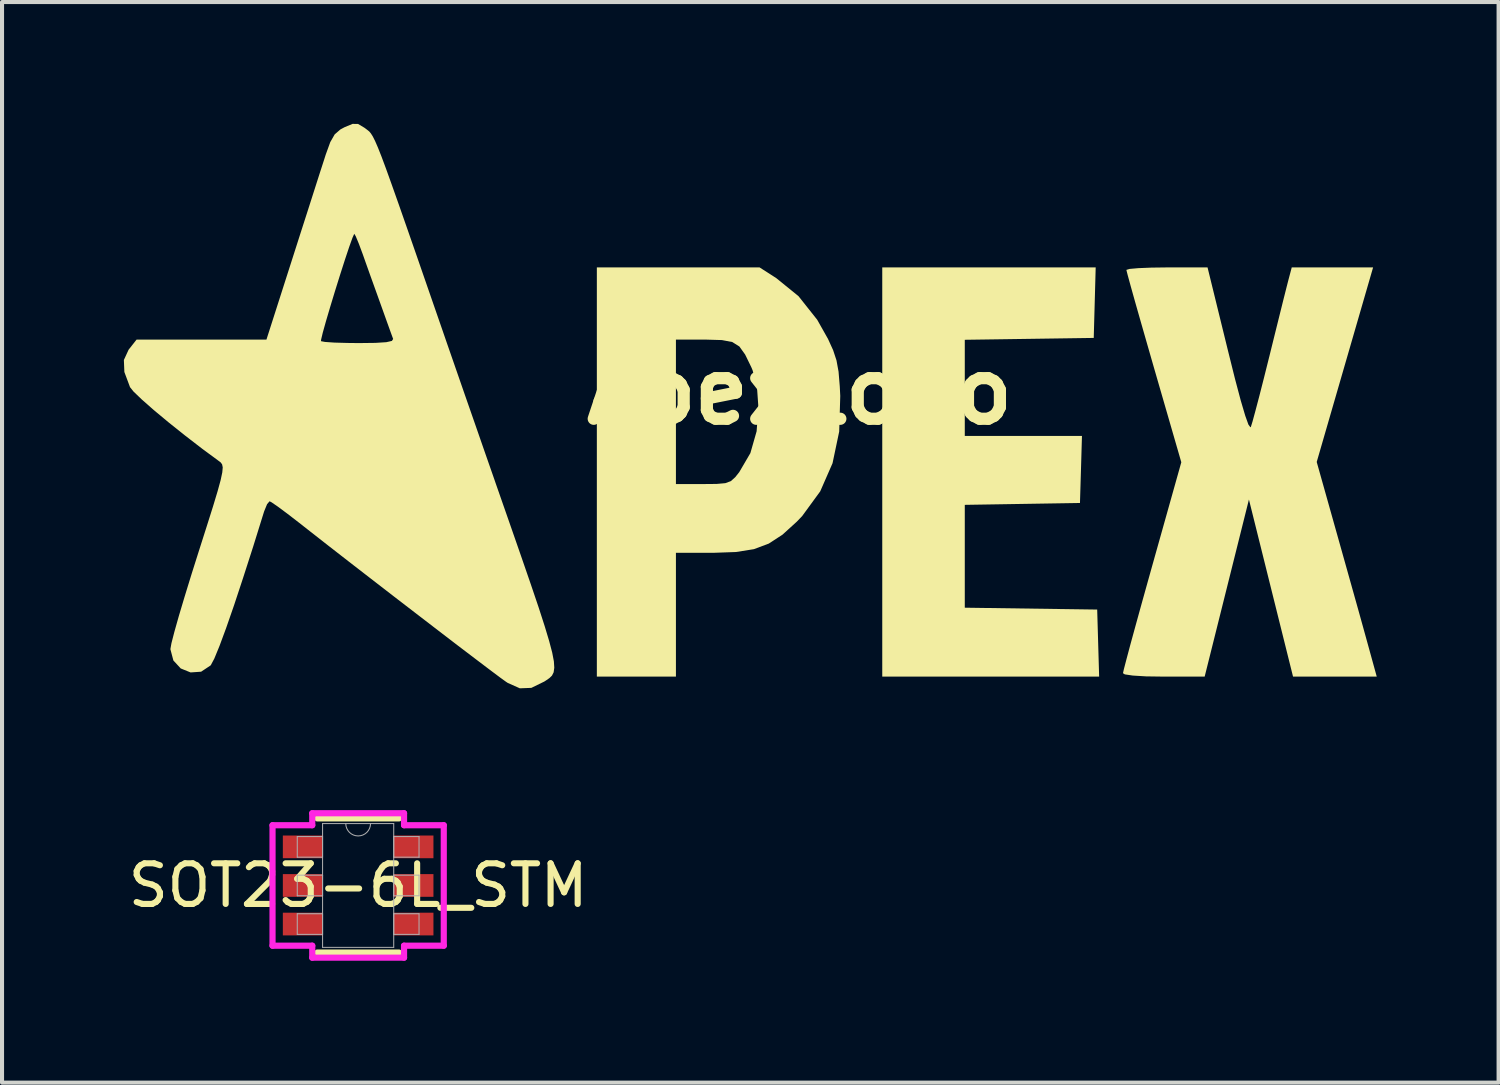
<source format=kicad_pcb>
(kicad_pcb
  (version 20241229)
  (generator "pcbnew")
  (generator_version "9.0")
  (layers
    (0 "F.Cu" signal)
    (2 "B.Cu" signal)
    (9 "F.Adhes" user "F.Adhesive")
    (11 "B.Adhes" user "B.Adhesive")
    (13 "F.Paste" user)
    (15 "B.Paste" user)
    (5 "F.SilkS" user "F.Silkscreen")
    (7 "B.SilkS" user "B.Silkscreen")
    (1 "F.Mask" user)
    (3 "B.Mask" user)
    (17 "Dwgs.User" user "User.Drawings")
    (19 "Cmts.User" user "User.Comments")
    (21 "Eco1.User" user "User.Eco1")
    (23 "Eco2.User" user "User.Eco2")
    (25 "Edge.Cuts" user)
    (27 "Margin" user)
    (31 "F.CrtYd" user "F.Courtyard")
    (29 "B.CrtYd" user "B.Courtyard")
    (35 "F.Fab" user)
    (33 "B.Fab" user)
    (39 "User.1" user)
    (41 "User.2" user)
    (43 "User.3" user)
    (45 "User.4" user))
  (footprint "ApexLogo"
    (layer "F.Cu")
    (at 16.64 6.582)
    (property "Reference" "ApexLogo" (at 0 0 0) (layer "F.SilkS") (effects (font (size 1.5 1.5) (thickness 0.3))))
    (attr board_only exclude_from_pos_files exclude_from_bom)
    (fp_poly (pts (xy 7.263 -2.18) (xy 7.239 -1.312) (xy 5.652 -1.289) (xy 4.064 -1.266) (xy 4.064 -0.083) (xy 4.064 1.101) (xy 5.506 1.101) (xy 6.949 1.101) (xy 6.925 1.926) (xy 6.9 2.752) (xy 5.482 2.775) (xy 4.064 2.798) (xy 4.064 4.064) (xy 4.064 5.33) (xy 5.694 5.353) (xy 7.324 5.376) (xy 7.348 6.202) (xy 7.372 7.027) (xy 4.702 7.027) (xy 2.032 7.027) (xy 2.032 1.99) (xy 2.032 -3.048) (xy 4.66 -3.048) (xy 7.287 -3.048)) (stroke (width 0) (type solid)) (fill yes) (layer "F.SilkS"))
    (fp_poly (pts (xy -0.577 -2.784) (xy -0.03 -2.34) (xy 0.43 -1.76) (xy 0.697 -1.286) (xy 0.823 -1.009) (xy 0.905 -0.76) (xy 0.956 -0.482) (xy 0.986 -0.119) (xy 0.998 0.117) (xy 0.972 0.993) (xy 0.808 1.773) (xy 0.505 2.465) (xy 0.061 3.073) (xy -0.071 3.211) (xy -0.424 3.532) (xy -0.762 3.752) (xy -1.128 3.889) (xy -1.568 3.959) (xy -2.128 3.979) (xy -2.143 3.979) (xy -3.048 3.979) (xy -3.048 5.503) (xy -3.048 7.027) (xy -4.022 7.027) (xy -4.995 7.027) (xy -4.995 1.99) (xy -4.995 0.508) (xy -3.048 0.508) (xy -3.048 2.286) (xy -2.381 2.286) (xy -2.045 2.283) (xy -1.833 2.264) (xy -1.696 2.214) (xy -1.588 2.117) (xy -1.488 1.991) (xy -1.215 1.524) (xy -1.061 0.986) (xy -1.018 0.392) (xy -1.053 -0.113) (xy -1.16 -0.515) (xy -1.192 -0.591) (xy -1.344 -0.903) (xy -1.486 -1.101) (xy -1.662 -1.211) (xy -1.916 -1.259) (xy -2.29 -1.27) (xy -2.341 -1.27) (xy -3.048 -1.27) (xy -3.048 0.508) (xy -4.995 0.508) (xy -4.995 -3.048) (xy -2.992 -3.048) (xy -0.988 -3.048)) (stroke (width 0) (type solid)) (fill yes) (layer "F.SilkS"))
    (fp_poly (pts (xy 10.542 -1.007) (xy 10.716 -0.308) (xy 10.858 0.227) (xy 10.969 0.603) (xy 11.048 0.823) (xy 11.097 0.889) (xy 11.108 0.877) (xy 11.148 0.748) (xy 11.22 0.483) (xy 11.318 0.111) (xy 11.433 -0.34) (xy 11.558 -0.84) (xy 11.56 -0.847) (xy 11.687 -1.361) (xy 11.806 -1.84) (xy 11.908 -2.25) (xy 11.986 -2.559) (xy 12.03 -2.731) (xy 12.114 -3.048) (xy 13.115 -3.048) (xy 14.117 -3.048) (xy 13.423 -0.653) (xy 12.729 1.742) (xy 13.264 3.644) (xy 13.431 4.238) (xy 13.596 4.826) (xy 13.749 5.371) (xy 13.879 5.839) (xy 13.977 6.193) (xy 14.003 6.287) (xy 14.207 7.027) (xy 13.177 7.027) (xy 12.146 7.027) (xy 11.603 4.847) (xy 11.06 2.667) (xy 10.515 4.847) (xy 9.97 7.027) (xy 8.964 7.027) (xy 8.527 7.021) (xy 8.2 7.001) (xy 8.005 6.972) (xy 7.959 6.943) (xy 7.981 6.844) (xy 8.044 6.602) (xy 8.141 6.238) (xy 8.269 5.771) (xy 8.42 5.224) (xy 8.59 4.615) (xy 8.677 4.304) (xy 9.395 1.749) (xy 8.719 -0.588) (xy 8.546 -1.19) (xy 8.389 -1.738) (xy 8.254 -2.212) (xy 8.148 -2.591) (xy 8.076 -2.854) (xy 8.044 -2.98) (xy 8.043 -2.987) (xy 8.122 -3.011) (xy 8.338 -3.03) (xy 8.657 -3.043) (xy 9.042 -3.048) (xy 10.041 -3.048)) (stroke (width 0) (type solid)) (fill yes) (layer "F.SilkS"))
    (fp_poly (pts (xy -10.874 -6.58) (xy -10.718 -6.487) (xy -10.688 -6.465) (xy -10.642 -6.43) (xy -10.599 -6.395) (xy -10.557 -6.345) (xy -10.51 -6.27) (xy -10.454 -6.158) (xy -10.384 -5.997) (xy -10.296 -5.774) (xy -10.186 -5.479) (xy -10.049 -5.098) (xy -9.88 -4.621) (xy -9.675 -4.035) (xy -9.429 -3.328) (xy -9.138 -2.488) (xy -8.797 -1.504) (xy -8.687 -1.185) (xy -8.485 -0.604) (xy -8.247 0.082) (xy -7.991 0.816) (xy -7.738 1.544) (xy -7.506 2.208) (xy -7.494 2.244) (xy -7.153 3.22) (xy -6.864 4.05) (xy -6.624 4.745) (xy -6.43 5.318) (xy -6.28 5.782) (xy -6.169 6.151) (xy -6.094 6.436) (xy -6.053 6.651) (xy -6.043 6.808) (xy -6.059 6.921) (xy -6.099 7.001) (xy -6.161 7.062) (xy -6.24 7.117) (xy -6.288 7.148) (xy -6.607 7.304) (xy -6.891 7.315) (xy -7.189 7.182) (xy -7.233 7.153) (xy -7.377 7.049) (xy -7.636 6.855) (xy -7.991 6.586) (xy -8.424 6.257) (xy -8.916 5.88) (xy -9.447 5.472) (xy -10 5.047) (xy -10.555 4.618) (xy -11.094 4.201) (xy -11.598 3.809) (xy -12.048 3.457) (xy -12.319 3.244) (xy -12.608 3.021) (xy -12.847 2.843) (xy -13.006 2.734) (xy -13.053 2.71) (xy -13.114 2.781) (xy -13.186 2.957) (xy -13.195 2.985) (xy -13.458 3.83) (xy -13.704 4.594) (xy -13.926 5.266) (xy -14.122 5.83) (xy -14.286 6.273) (xy -14.413 6.582) (xy -14.499 6.744) (xy -14.506 6.752) (xy -14.738 6.906) (xy -14.998 6.924) (xy -15.24 6.826) (xy -15.421 6.63) (xy -15.494 6.355) (xy -15.494 6.345) (xy -15.469 6.205) (xy -15.398 5.929) (xy -15.288 5.539) (xy -15.145 5.06) (xy -14.978 4.517) (xy -14.809 3.982) (xy -14.604 3.339) (xy -14.446 2.839) (xy -14.332 2.461) (xy -14.257 2.187) (xy -14.217 1.998) (xy -14.206 1.875) (xy -14.222 1.8) (xy -14.258 1.752) (xy -14.28 1.735) (xy -14.706 1.421) (xy -15.134 1.091) (xy -15.542 0.765) (xy -15.905 0.463) (xy -16.2 0.203) (xy -16.404 0.007) (xy -16.489 -0.1) (xy -16.628 -0.473) (xy -16.64 -0.769) (xy -16.524 -1.021) (xy -16.51 -1.039) (xy -16.358 -1.232) (xy -11.787 -1.232) (xy -11.688 -1.213) (xy -11.457 -1.197) (xy -11.132 -1.188) (xy -10.856 -1.185) (xy -10.444 -1.19) (xy -10.179 -1.207) (xy -10.041 -1.238) (xy -10.01 -1.287) (xy -10.012 -1.291) (xy -10.068 -1.444) (xy -10.166 -1.716) (xy -10.292 -2.068) (xy -10.432 -2.458) (xy -10.572 -2.847) (xy -10.696 -3.195) (xy -10.757 -3.368) (xy -10.855 -3.631) (xy -10.931 -3.814) (xy -10.968 -3.876) (xy -10.968 -3.876) (xy -11.012 -3.777) (xy -11.092 -3.554) (xy -11.197 -3.239) (xy -11.317 -2.865) (xy -11.442 -2.465) (xy -11.561 -2.073) (xy -11.665 -1.721) (xy -11.743 -1.442) (xy -11.784 -1.27) (xy -11.787 -1.232) (xy -16.358 -1.232) (xy -16.328 -1.27) (xy -14.729 -1.27) (xy -13.13 -1.27) (xy -12.486 -3.281) (xy -12.298 -3.869) (xy -12.116 -4.435) (xy -11.952 -4.948) (xy -11.814 -5.379) (xy -11.711 -5.697) (xy -11.67 -5.826) (xy -11.558 -6.134) (xy -11.449 -6.324) (xy -11.309 -6.445) (xy -11.209 -6.499) (xy -11.009 -6.582)) (stroke (width 0) (type solid)) (fill yes) (layer "F.SilkS")))
  (footprint "SOT23-6L_STM"
    (layer "F.Cu")
    (at 5.768 18.751)
    (property "Reference" "SOT23-6L_STM" (at 0 0 0) (unlocked yes) (layer "F.SilkS") (effects (font (size 1 1) (thickness 0.15))))
    (attr smd)
    (fp_line (start -1.003 1.651) (end 1.003 1.651) (stroke (width 0.152) (type solid)) (layer "F.SilkS"))
    (fp_line (start 1.003 -1.651) (end -1.003 -1.651) (stroke (width 0.152) (type solid)) (layer "F.SilkS"))
    (fp_line (start -2.108 -1.483) (end -1.13 -1.483) (stroke (width 0.152) (type solid)) (layer "F.CrtYd"))
    (fp_line (start -2.108 1.483) (end -2.108 -1.483) (stroke (width 0.152) (type solid)) (layer "F.CrtYd"))
    (fp_line (start -2.108 1.483) (end -1.13 1.483) (stroke (width 0.152) (type solid)) (layer "F.CrtYd"))
    (fp_line (start -1.13 -1.778) (end 1.13 -1.778) (stroke (width 0.152) (type solid)) (layer "F.CrtYd"))
    (fp_line (start -1.13 -1.483) (end -1.13 -1.778) (stroke (width 0.152) (type solid)) (layer "F.CrtYd"))
    (fp_line (start -1.13 1.778) (end -1.13 1.483) (stroke (width 0.152) (type solid)) (layer "F.CrtYd"))
    (fp_line (start 1.13 -1.778) (end 1.13 -1.483) (stroke (width 0.152) (type solid)) (layer "F.CrtYd"))
    (fp_line (start 1.13 1.483) (end 1.13 1.778) (stroke (width 0.152) (type solid)) (layer "F.CrtYd"))
    (fp_line (start 1.13 1.778) (end -1.13 1.778) (stroke (width 0.152) (type solid)) (layer "F.CrtYd"))
    (fp_line (start 2.108 -1.483) (end 1.13 -1.483) (stroke (width 0.152) (type solid)) (layer "F.CrtYd"))
    (fp_line (start 2.108 -1.483) (end 2.108 1.483) (stroke (width 0.152) (type solid)) (layer "F.CrtYd"))
    (fp_line (start 2.108 1.483) (end 1.13 1.483) (stroke (width 0.152) (type solid)) (layer "F.CrtYd"))
    (fp_line (start -1.499 -1.204) (end -1.499 -0.696) (stroke (width 0.025) (type solid)) (layer "F.Fab"))
    (fp_line (start -1.499 -0.696) (end -0.876 -0.696) (stroke (width 0.025) (type solid)) (layer "F.Fab"))
    (fp_line (start -1.499 -0.254) (end -1.499 0.254) (stroke (width 0.025) (type solid)) (layer "F.Fab"))
    (fp_line (start -1.499 0.254) (end -0.876 0.254) (stroke (width 0.025) (type solid)) (layer "F.Fab"))
    (fp_line (start -1.499 0.696) (end -1.499 1.204) (stroke (width 0.025) (type solid)) (layer "F.Fab"))
    (fp_line (start -1.499 1.204) (end -0.876 1.204) (stroke (width 0.025) (type solid)) (layer "F.Fab"))
    (fp_line (start -0.876 -1.524) (end -0.876 1.524) (stroke (width 0.025) (type solid)) (layer "F.Fab"))
    (fp_line (start -0.876 -1.204) (end -1.499 -1.204) (stroke (width 0.025) (type solid)) (layer "F.Fab"))
    (fp_line (start -0.876 -0.696) (end -0.876 -1.204) (stroke (width 0.025) (type solid)) (layer "F.Fab"))
    (fp_line (start -0.876 -0.254) (end -1.499 -0.254) (stroke (width 0.025) (type solid)) (layer "F.Fab"))
    (fp_line (start -0.876 0.254) (end -0.876 -0.254) (stroke (width 0.025) (type solid)) (layer "F.Fab"))
    (fp_line (start -0.876 0.696) (end -1.499 0.696) (stroke (width 0.025) (type solid)) (layer "F.Fab"))
    (fp_line (start -0.876 1.204) (end -0.876 0.696) (stroke (width 0.025) (type solid)) (layer "F.Fab"))
    (fp_line (start -0.876 1.524) (end 0.876 1.524) (stroke (width 0.025) (type solid)) (layer "F.Fab"))
    (fp_line (start 0.876 -1.524) (end -0.876 -1.524) (stroke (width 0.025) (type solid)) (layer "F.Fab"))
    (fp_line (start 0.876 -1.204) (end 0.876 -0.696) (stroke (width 0.025) (type solid)) (layer "F.Fab"))
    (fp_line (start 0.876 -0.696) (end 1.499 -0.696) (stroke (width 0.025) (type solid)) (layer "F.Fab"))
    (fp_line (start 0.876 -0.254) (end 0.876 0.254) (stroke (width 0.025) (type solid)) (layer "F.Fab"))
    (fp_line (start 0.876 0.254) (end 1.499 0.254) (stroke (width 0.025) (type solid)) (layer "F.Fab"))
    (fp_line (start 0.876 0.696) (end 0.876 1.204) (stroke (width 0.025) (type solid)) (layer "F.Fab"))
    (fp_line (start 0.876 1.204) (end 1.499 1.204) (stroke (width 0.025) (type solid)) (layer "F.Fab"))
    (fp_line (start 0.876 1.524) (end 0.876 -1.524) (stroke (width 0.025) (type solid)) (layer "F.Fab"))
    (fp_line (start 1.499 -1.204) (end 0.876 -1.204) (stroke (width 0.025) (type solid)) (layer "F.Fab"))
    (fp_line (start 1.499 -0.696) (end 1.499 -1.204) (stroke (width 0.025) (type solid)) (layer "F.Fab"))
    (fp_line (start 1.499 -0.254) (end 0.876 -0.254) (stroke (width 0.025) (type solid)) (layer "F.Fab"))
    (fp_line (start 1.499 0.254) (end 1.499 -0.254) (stroke (width 0.025) (type solid)) (layer "F.Fab"))
    (fp_line (start 1.499 0.696) (end 0.876 0.696) (stroke (width 0.025) (type solid)) (layer "F.Fab"))
    (fp_line (start 1.499 1.204) (end 1.499 0.696) (stroke (width 0.025) (type solid)) (layer "F.Fab"))
    (fp_arc (start 0.3048 -1.524) (mid 0 -1.2192) (end -0.3048 -1.524) (stroke (width 0.0254) (type solid)) (layer "F.Fab"))
    (pad "1" smd rect (at -1.365 -0.95) (size 0.978 0.559) (layers "F.Cu" "F.Mask" "F.Paste"))
    (pad "2" smd rect (at -1.365 0) (size 0.978 0.559) (layers "F.Cu" "F.Mask" "F.Paste"))
    (pad "3" smd rect (at -1.365 0.95) (size 0.978 0.559) (layers "F.Cu" "F.Mask" "F.Paste"))
    (pad "4" smd rect (at 1.365 0.95) (size 0.978 0.559) (layers "F.Cu" "F.Mask" "F.Paste"))
    (pad "5" smd rect (at 1.365 0) (size 0.978 0.559) (layers "F.Cu" "F.Mask" "F.Paste"))
    (pad "6" smd rect (at 1.365 -0.95) (size 0.978 0.559) (layers "F.Cu" "F.Mask" "F.Paste")))
  (gr_rect
    (start -3 -3)
    (end 33.847 23.606)
    (stroke (width 0.1) (type default))
    (fill no)
    (layer "Edge.Cuts")))
</source>
